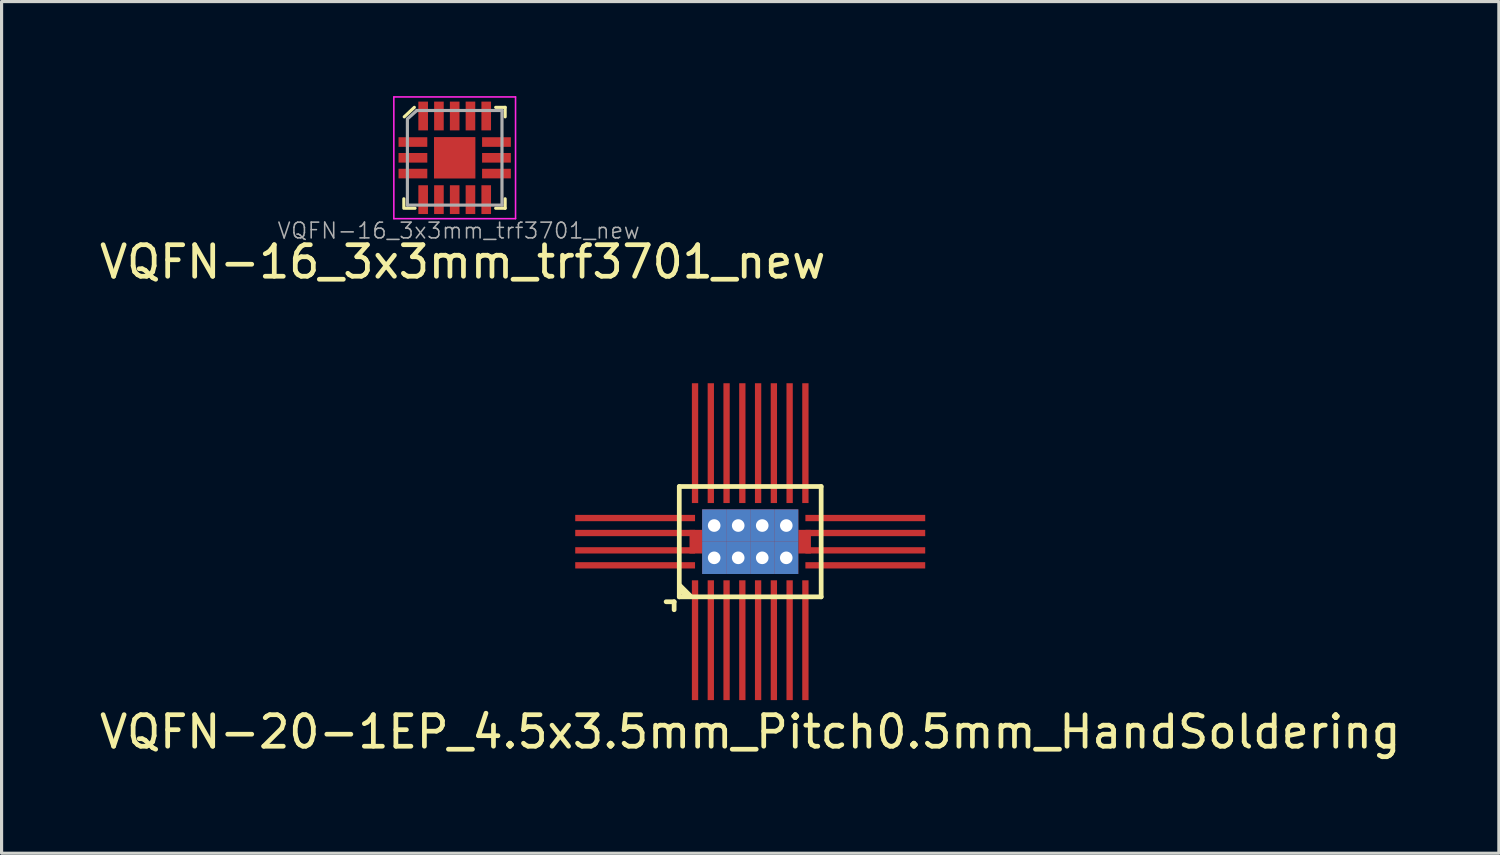
<source format=kicad_pcb>
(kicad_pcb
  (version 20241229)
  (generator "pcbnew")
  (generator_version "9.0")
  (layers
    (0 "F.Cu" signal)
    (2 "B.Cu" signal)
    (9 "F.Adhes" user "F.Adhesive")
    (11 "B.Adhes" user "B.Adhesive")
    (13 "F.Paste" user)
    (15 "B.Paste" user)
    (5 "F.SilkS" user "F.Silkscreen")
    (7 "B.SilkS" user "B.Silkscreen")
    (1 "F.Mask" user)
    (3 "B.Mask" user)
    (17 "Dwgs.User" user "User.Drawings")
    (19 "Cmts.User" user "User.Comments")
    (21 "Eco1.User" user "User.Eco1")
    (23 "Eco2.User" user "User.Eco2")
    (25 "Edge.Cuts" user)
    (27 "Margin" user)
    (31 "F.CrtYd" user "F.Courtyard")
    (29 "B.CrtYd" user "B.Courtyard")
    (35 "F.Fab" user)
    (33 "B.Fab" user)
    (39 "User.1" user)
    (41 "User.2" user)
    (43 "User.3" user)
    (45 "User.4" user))
  (footprint "VQFN-20-1EP_4.5x3.5mm_Pitch0.5mm_HandSoldering"
    (layer "F.Cu")
    (at 20.744 14.13)
    (property "Reference" "VQFN-20-1EP_4.5x3.5mm_Pitch0.5mm_HandSoldering" (at 0 6.032 0) (layer "F.SilkS") (effects (font (size 1 1) (thickness 0.15))))
    (attr through_hole)
    (fp_line (start -2.413 1.905) (end -2.667 1.905) (stroke (width 0.15) (type solid)) (layer "F.SilkS"))
    (fp_line (start -2.413 1.905) (end -2.413 2.159) (stroke (width 0.15) (type solid)) (layer "F.SilkS"))
    (fp_line (start -2.25 -1.75) (end 2.25 -1.75) (stroke (width 0.15) (type solid)) (layer "F.SilkS"))
    (fp_line (start -2.25 1.75) (end -2.25 -1.75) (stroke (width 0.15) (type solid)) (layer "F.SilkS"))
    (fp_line (start -2.223 1.397) (end -1.905 1.714) (stroke (width 0.15) (type solid)) (layer "F.SilkS"))
    (fp_line (start -2.223 1.524) (end -2.032 1.714) (stroke (width 0.15) (type solid)) (layer "F.SilkS"))
    (fp_line (start 2.25 -1.75) (end 2.25 1.75) (stroke (width 0.15) (type solid)) (layer "F.SilkS"))
    (fp_line (start 2.25 1.75) (end -2.25 1.75) (stroke (width 0.15) (type solid)) (layer "F.SilkS"))
    (pad "1" smd rect (at -3.65 0.75) (size 3.8 0.2) (layers "F.Cu" "F.Mask" "F.Paste"))
    (pad "2" smd rect (at -1.75 3.125 90) (size 3.8 0.2) (layers "F.Cu" "F.Mask" "F.Paste"))
    (pad "3" smd rect (at -1.25 3.125 90) (size 3.8 0.2) (layers "F.Cu" "F.Mask" "F.Paste"))
    (pad "4" smd rect (at -0.75 3.125 90) (size 3.8 0.2) (layers "F.Cu" "F.Mask" "F.Paste"))
    (pad "5" smd rect (at -0.25 3.125 90) (size 3.8 0.2) (layers "F.Cu" "F.Mask" "F.Paste"))
    (pad "6" smd rect (at 0.25 3.125 90) (size 3.8 0.2) (layers "F.Cu" "F.Mask" "F.Paste"))
    (pad "7" smd rect (at 0.75 3.125 90) (size 3.8 0.2) (layers "F.Cu" "F.Mask" "F.Paste"))
    (pad "8" smd rect (at 1.25 3.125 90) (size 3.8 0.2) (layers "F.Cu" "F.Mask" "F.Paste"))
    (pad "9" smd rect (at 1.75 3.125 90) (size 3.8 0.2) (layers "F.Cu" "F.Mask" "F.Paste"))
    (pad "10" smd rect (at 3.65 0.75) (size 3.8 0.2) (layers "F.Cu" "F.Mask" "F.Paste"))
    (pad "11" smd rect (at 3.65 -0.75) (size 3.8 0.2) (layers "F.Cu" "F.Mask" "F.Paste"))
    (pad "12" smd rect (at 1.75 -3.125 90) (size 3.8 0.2) (layers "F.Cu" "F.Mask" "F.Paste"))
    (pad "13" smd rect (at 1.25 -3.125 90) (size 3.8 0.2) (layers "F.Cu" "F.Mask" "F.Paste"))
    (pad "14" smd rect (at 0.75 -3.125 90) (size 3.8 0.2) (layers "F.Cu" "F.Mask" "F.Paste"))
    (pad "15" smd rect (at 0.25 -3.125 90) (size 3.8 0.2) (layers "F.Cu" "F.Mask" "F.Paste"))
    (pad "16" smd rect (at -0.25 -3.125 90) (size 3.8 0.2) (layers "F.Cu" "F.Mask" "F.Paste"))
    (pad "17" smd rect (at -0.75 -3.125 90) (size 3.8 0.2) (layers "F.Cu" "F.Mask" "F.Paste"))
    (pad "18" smd rect (at -1.25 -3.125 90) (size 3.8 0.2) (layers "F.Cu" "F.Mask" "F.Paste"))
    (pad "19" smd rect (at -1.75 -3.125 90) (size 3.8 0.2) (layers "F.Cu" "F.Mask" "F.Paste"))
    (pad "20" smd rect (at -3.65 -0.75) (size 3.8 0.2) (layers "F.Cu" "F.Mask" "F.Paste"))
    (pad "21" smd rect (at -3.65 -0.275) (size 3.8 0.2) (layers "F.Cu" "F.Mask" "F.Paste"))
    (pad "21" smd rect (at -3.65 0.275) (size 3.8 0.2) (layers "F.Cu" "F.Mask" "F.Paste"))
    (pad "21" smd rect (at -1.725 0) (size 0.4 0.75) (layers "F.Cu" "F.Paste"))
    (pad "21" thru_hole rect (at -1.143 -0.512) (size 0.762 1.025) (drill 0.4) (layers "*.Cu" "*.Mask" "F.Paste"))
    (pad "21" thru_hole rect (at -1.143 0.512) (size 0.762 1.025) (drill 0.4) (layers "*.Cu" "*.Mask" "F.Paste"))
    (pad "21" thru_hole rect (at -0.381 -0.512) (size 0.762 1.025) (drill 0.4) (layers "*.Cu" "*.Mask" "F.Paste"))
    (pad "21" thru_hole rect (at -0.381 0.512) (size 0.762 1.025) (drill 0.4) (layers "*.Cu" "*.Mask" "F.Paste"))
    (pad "21" thru_hole rect (at 0.381 -0.512) (size 0.762 1.025) (drill 0.4) (layers "*.Cu" "*.Mask" "F.Paste"))
    (pad "21" thru_hole rect (at 0.381 0.512) (size 0.762 1.025) (drill 0.4) (layers "*.Cu" "*.Mask" "F.Paste"))
    (pad "21" thru_hole rect (at 1.143 0.512) (size 0.762 1.025) (drill 0.4) (layers "*.Cu" "*.Mask" "F.Paste"))
    (pad "21" thru_hole rect (at 1.144 -0.512) (size 0.762 1.025) (drill 0.4) (layers "*.Cu" "*.Mask" "F.Paste"))
    (pad "21" smd rect (at 1.725 0) (size 0.4 0.75) (layers "F.Cu" "F.Paste"))
    (pad "21" smd rect (at 3.65 -0.275) (size 3.8 0.2) (layers "F.Cu" "F.Mask" "F.Paste"))
    (pad "21" smd rect (at 3.65 0.275) (size 3.8 0.2) (layers "F.Cu" "F.Mask" "F.Paste")))
  (footprint "VQFN-16_3x3mm_trf3701_new"
    (layer "F.Cu")
    (at 11.371 1.193)
    (property "Reference" "VQFN-16_3x3mm_trf3701_new" (at 0.254 4.064 180) (layer "F.SilkS") (effects (font (size 1 1) (thickness 0.15))))
    (attr through_hole)
    (fp_line (start -1.613 2.362) (end -1.613 2.062) (stroke (width 0.1) (type solid)) (layer "F.SilkS"))
    (fp_line (start -1.28 -0.838) (end -1.6 -0.538) (stroke (width 0.1) (type solid)) (layer "F.SilkS"))
    (fp_line (start -1.258 2.362) (end -1.558 2.362) (stroke (width 0.1) (type solid)) (layer "F.SilkS"))
    (fp_line (start 1.6 -0.838) (end 1.3 -0.838) (stroke (width 0.1) (type solid)) (layer "F.SilkS"))
    (fp_line (start 1.6 -0.838) (end 1.6 -0.538) (stroke (width 0.1) (type solid)) (layer "F.SilkS"))
    (fp_line (start 1.6 2.362) (end 1.3 2.362) (stroke (width 0.1) (type solid)) (layer "F.SilkS"))
    (fp_line (start 1.6 2.362) (end 1.6 2.062) (stroke (width 0.1) (type solid)) (layer "F.SilkS"))
    (fp_line (start -1.93 -1.168) (end 1.93 -1.168) (stroke (width 0.05) (type solid)) (layer "F.CrtYd"))
    (fp_line (start -1.93 2.692) (end -1.93 -1.168) (stroke (width 0.05) (type solid)) (layer "F.CrtYd"))
    (fp_line (start -1.93 2.692) (end 1.93 2.692) (stroke (width 0.05) (type solid)) (layer "F.CrtYd"))
    (fp_line (start 1.93 2.692) (end 1.93 -1.168) (stroke (width 0.05) (type solid)) (layer "F.CrtYd"))
    (fp_line (start -1.5 2.262) (end -1.5 -0.438) (stroke (width 0.1) (type solid)) (layer "F.Fab"))
    (fp_line (start -1.2 -0.74) (end -1.5 -0.47) (stroke (width 0.1) (type solid)) (layer "F.Fab"))
    (fp_line (start 1.5 -0.738) (end -1.2 -0.738) (stroke (width 0.1) (type solid)) (layer "F.Fab"))
    (fp_line (start 1.5 -0.738) (end 1.5 2.262) (stroke (width 0.1) (type solid)) (layer "F.Fab"))
    (fp_line (start 1.5 2.262) (end -1.5 2.262) (stroke (width 0.1) (type solid)) (layer "F.Fab"))
    (fp_text user "${REFERENCE}" (at 0.127 3.073 180) (layer "F.Fab") (effects (font (size 0.5 0.5) (thickness 0.05))))
    (pad "1" smd rect (at -1 -0.564 90) (size 0.913 0.305) (layers "F.Cu" "F.Mask" "F.Paste"))
    (pad "2" smd rect (at -1.325 0.262 90) (size 0.305 0.913) (layers "F.Cu" "F.Mask" "F.Paste"))
    (pad "3" smd rect (at -1.325 0.762 90) (size 0.305 0.913) (layers "F.Cu" "F.Mask" "F.Paste"))
    (pad "4" smd rect (at -1.325 1.262 90) (size 0.305 0.913) (layers "F.Cu" "F.Mask" "F.Paste"))
    (pad "5" smd rect (at -1 2.089 90) (size 0.913 0.305) (layers "F.Cu" "F.Mask" "F.Paste"))
    (pad "6" smd rect (at -0.5 2.089 90) (size 0.913 0.305) (layers "F.Cu" "F.Mask" "F.Paste"))
    (pad "7" smd rect (at 0 2.089 90) (size 0.913 0.305) (layers "F.Cu" "F.Mask" "F.Paste"))
    (pad "8" smd rect (at 0.5 2.089 90) (size 0.913 0.305) (layers "F.Cu" "F.Mask" "F.Paste"))
    (pad "9" smd rect (at 1 2.089 90) (size 0.913 0.305) (layers "F.Cu" "F.Mask" "F.Paste"))
    (pad "10" smd rect (at 1.325 1.262 90) (size 0.305 0.913) (layers "F.Cu" "F.Mask" "F.Paste"))
    (pad "11" smd rect (at 1.325 0.762 90) (size 0.305 0.913) (layers "F.Cu" "F.Mask" "F.Paste"))
    (pad "12" smd rect (at 1.325 0.262 90) (size 0.305 0.913) (layers "F.Cu" "F.Mask" "F.Paste"))
    (pad "13" smd rect (at 1 -0.564 90) (size 0.913 0.305) (layers "F.Cu" "F.Mask" "F.Paste"))
    (pad "14" smd rect (at 0.5 -0.564 90) (size 0.913 0.305) (layers "F.Cu" "F.Mask" "F.Paste"))
    (pad "15" smd rect (at 0 -0.564 90) (size 0.913 0.305) (layers "F.Cu" "F.Mask" "F.Paste"))
    (pad "16" smd rect (at -0.5 -0.564 90) (size 0.913 0.305) (layers "F.Cu" "F.Mask" "F.Paste"))
    (pad "17" smd rect (at 0 0.762 90) (size 1.313 1.313) (layers "F.Cu" "F.Mask" "F.Paste")))
  (gr_rect
    (start -3 -3)
    (end 44.488 24.011)
    (stroke (width 0.1) (type default))
    (fill no)
    (layer "Edge.Cuts")))
</source>
